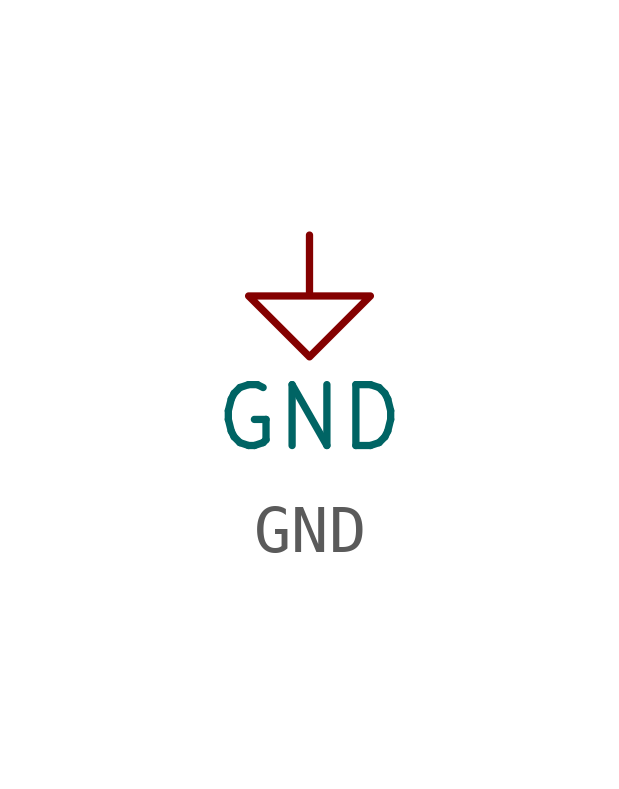
<source format=kicad_sym>
(kicad_symbol_lib
  (version 20220914)
  (generator kicad_symbol_editor)
  (symbol "GND"
    (power)
    (pin_names
      (offset 0))
    (property "Reference" "#PWR"
      (at 0 -5.08 0)
      (effects (font (size 1.27 1.27)) hide))
    (property "Value" "GND"
      (at 0 -3.81 0)
      (effects (font (size 1.27 1.27))))
    (symbol "GND_1_1"
      (polyline (pts (xy 0 0) (xy 0 -1.27) (xy 1.27 -1.27) (xy 0 -2.54) (xy -1.27 -1.27) (xy 0 -1.27)) (stroke (width 0) (type default)) (fill (type none)))
      (pin power_in line (at 0 0 270) (length 0) hide (name "GND" (effects (font (size 1.27 1.27)))) (number "1" (effects (font (size 1.27 1.27))))))))
</source>
